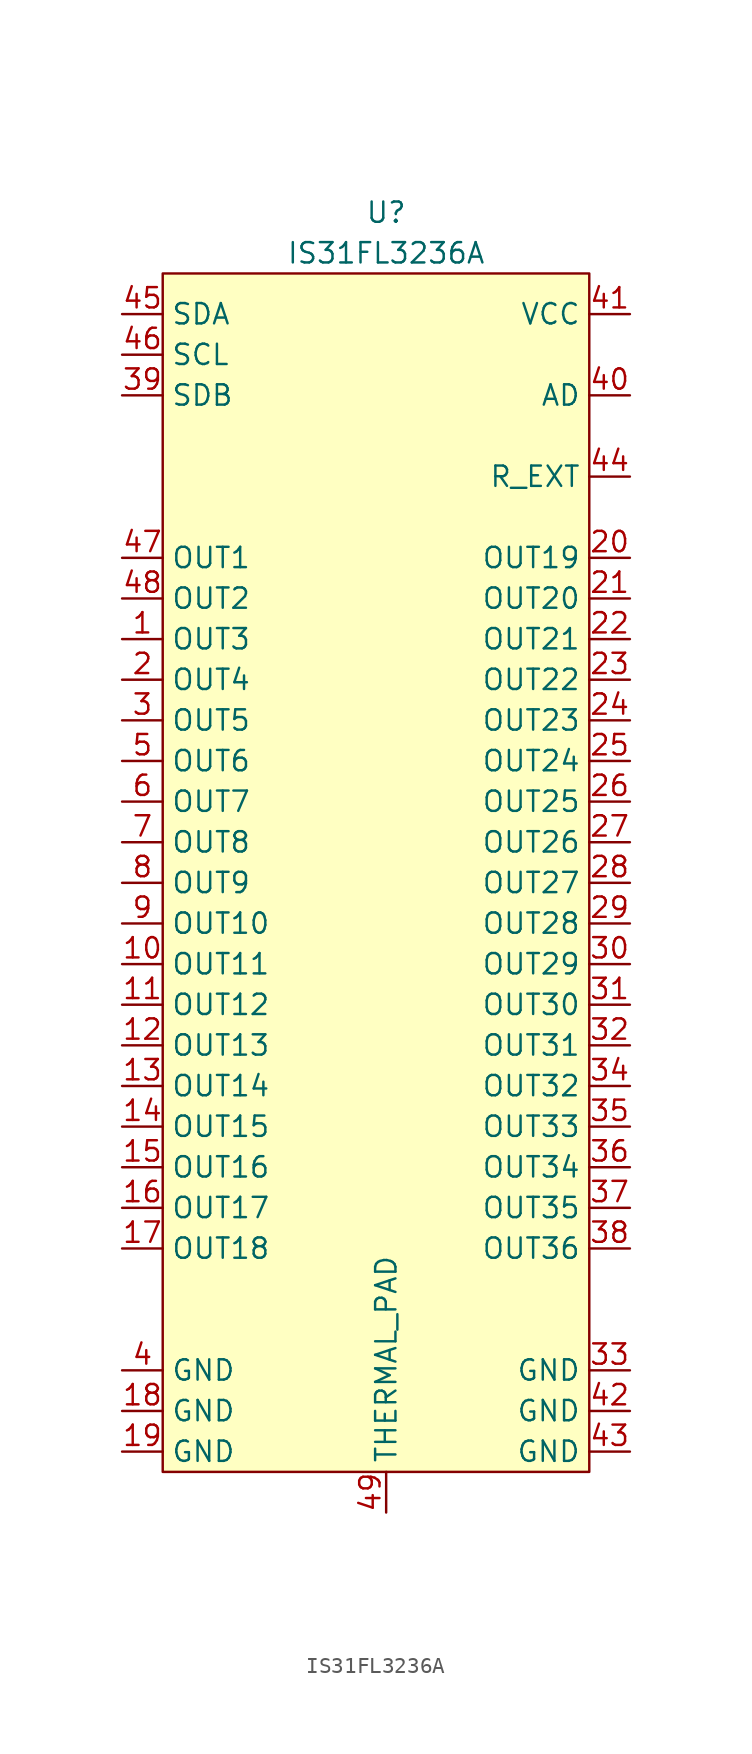
<source format=kicad_sym>
(kicad_symbol_lib
  (version 20211014)
  (generator kicad_symbol_editor)
  (symbol "IS31FL3236A"
    (property "Reference" "U"
      (at 13.97 3.81 0)
      (effects (font (size 1.27 1.27))))
    (property "Value" "IS31FL3236A"
      (at 13.97 1.27 0)
      (effects (font (size 1.27 1.27))))
    (symbol "IS31FL3236A_0_0"
      (pin output line (at -2.54 -43.18 0) (length 2.54) (name "OUT11" (effects (font (size 1.27 1.27)))) (number "10" (effects (font (size 1.27 1.27)))))
      (pin output line (at -2.54 -45.72 0) (length 2.54) (name "OUT12" (effects (font (size 1.27 1.27)))) (number "11" (effects (font (size 1.27 1.27)))))
      (pin output line (at -2.54 -48.26 0) (length 2.54) (name "OUT13" (effects (font (size 1.27 1.27)))) (number "12" (effects (font (size 1.27 1.27)))))
      (pin output line (at -2.54 -50.8 0) (length 2.54) (name "OUT14" (effects (font (size 1.27 1.27)))) (number "13" (effects (font (size 1.27 1.27)))))
      (pin output line (at -2.54 -53.34 0) (length 2.54) (name "OUT15" (effects (font (size 1.27 1.27)))) (number "14" (effects (font (size 1.27 1.27)))))
      (pin output line (at -2.54 -55.88 0) (length 2.54) (name "OUT16" (effects (font (size 1.27 1.27)))) (number "15" (effects (font (size 1.27 1.27)))))
      (pin output line (at -2.54 -58.42 0) (length 2.54) (name "OUT17" (effects (font (size 1.27 1.27)))) (number "16" (effects (font (size 1.27 1.27)))))
      (pin output line (at -2.54 -60.96 0) (length 2.54) (name "OUT18" (effects (font (size 1.27 1.27)))) (number "17" (effects (font (size 1.27 1.27)))))
      (pin passive line (at -2.54 -71.12 0) (length 2.54) (name "GND" (effects (font (size 1.27 1.27)))) (number "18" (effects (font (size 1.27 1.27)))))
      (pin passive line (at -2.54 -73.66 0) (length 2.54) (name "GND" (effects (font (size 1.27 1.27)))) (number "19" (effects (font (size 1.27 1.27)))))
      (pin output line (at 29.21 -17.78 180) (length 2.54) (name "OUT19" (effects (font (size 1.27 1.27)))) (number "20" (effects (font (size 1.27 1.27)))))
      (pin output line (at 29.21 -20.32 180) (length 2.54) (name "OUT20" (effects (font (size 1.27 1.27)))) (number "21" (effects (font (size 1.27 1.27)))))
      (pin output line (at 29.21 -22.86 180) (length 2.54) (name "OUT21" (effects (font (size 1.27 1.27)))) (number "22" (effects (font (size 1.27 1.27)))))
      (pin output line (at 29.21 -25.4 180) (length 2.54) (name "OUT22" (effects (font (size 1.27 1.27)))) (number "23" (effects (font (size 1.27 1.27)))))
      (pin output line (at 29.21 -27.94 180) (length 2.54) (name "OUT23" (effects (font (size 1.27 1.27)))) (number "24" (effects (font (size 1.27 1.27)))))
      (pin output line (at 29.21 -30.48 180) (length 2.54) (name "OUT24" (effects (font (size 1.27 1.27)))) (number "25" (effects (font (size 1.27 1.27)))))
      (pin output line (at 29.21 -33.02 180) (length 2.54) (name "OUT25" (effects (font (size 1.27 1.27)))) (number "26" (effects (font (size 1.27 1.27)))))
      (pin output line (at 29.21 -35.56 180) (length 2.54) (name "OUT26" (effects (font (size 1.27 1.27)))) (number "27" (effects (font (size 1.27 1.27)))))
      (pin output line (at 29.21 -38.1 180) (length 2.54) (name "OUT27" (effects (font (size 1.27 1.27)))) (number "28" (effects (font (size 1.27 1.27)))))
      (pin output line (at 29.21 -40.64 180) (length 2.54) (name "OUT28" (effects (font (size 1.27 1.27)))) (number "29" (effects (font (size 1.27 1.27)))))
      (pin output line (at 29.21 -43.18 180) (length 2.54) (name "OUT29" (effects (font (size 1.27 1.27)))) (number "30" (effects (font (size 1.27 1.27)))))
      (pin output line (at 29.21 -45.72 180) (length 2.54) (name "OUT30" (effects (font (size 1.27 1.27)))) (number "31" (effects (font (size 1.27 1.27)))))
      (pin output line (at 29.21 -48.26 180) (length 2.54) (name "OUT31" (effects (font (size 1.27 1.27)))) (number "32" (effects (font (size 1.27 1.27)))))
      (pin passive line (at 29.21 -68.58 180) (length 2.54) (name "GND" (effects (font (size 1.27 1.27)))) (number "33" (effects (font (size 1.27 1.27)))))
      (pin output line (at 29.21 -50.8 180) (length 2.54) (name "OUT32" (effects (font (size 1.27 1.27)))) (number "34" (effects (font (size 1.27 1.27)))))
      (pin output line (at 29.21 -53.34 180) (length 2.54) (name "OUT33" (effects (font (size 1.27 1.27)))) (number "35" (effects (font (size 1.27 1.27)))))
      (pin output line (at 29.21 -55.88 180) (length 2.54) (name "OUT34" (effects (font (size 1.27 1.27)))) (number "36" (effects (font (size 1.27 1.27)))))
      (pin output line (at 29.21 -58.42 180) (length 2.54) (name "OUT35" (effects (font (size 1.27 1.27)))) (number "37" (effects (font (size 1.27 1.27)))))
      (pin output line (at 29.21 -60.96 180) (length 2.54) (name "OUT36" (effects (font (size 1.27 1.27)))) (number "38" (effects (font (size 1.27 1.27)))))
      (pin input line (at -2.54 -7.62 0) (length 2.54) (name "SDB" (effects (font (size 1.27 1.27)))) (number "39" (effects (font (size 1.27 1.27)))))
      (pin passive line (at -2.54 -68.58 0) (length 2.54) (name "GND" (effects (font (size 1.27 1.27)))) (number "4" (effects (font (size 1.27 1.27)))))
      (pin input line (at 29.21 -7.62 180) (length 2.54) (name "AD" (effects (font (size 1.27 1.27)))) (number "40" (effects (font (size 1.27 1.27)))))
      (pin power_in line (at 29.21 -2.54 180) (length 2.54) (name "VCC" (effects (font (size 1.27 1.27)))) (number "41" (effects (font (size 1.27 1.27)))))
      (pin passive line (at 29.21 -71.12 180) (length 2.54) (name "GND" (effects (font (size 1.27 1.27)))) (number "42" (effects (font (size 1.27 1.27)))))
      (pin passive line (at 29.21 -73.66 180) (length 2.54) (name "GND" (effects (font (size 1.27 1.27)))) (number "43" (effects (font (size 1.27 1.27)))))
      (pin passive line (at 29.21 -12.7 180) (length 2.54) (name "R_EXT" (effects (font (size 1.27 1.27)))) (number "44" (effects (font (size 1.27 1.27)))))
      (pin bidirectional line (at -2.54 -2.54 0) (length 2.54) (name "SDA" (effects (font (size 1.27 1.27)))) (number "45" (effects (font (size 1.27 1.27)))))
      (pin input line (at -2.54 -5.08 0) (length 2.54) (name "SCL" (effects (font (size 1.27 1.27)))) (number "46" (effects (font (size 1.27 1.27)))))
      (pin output line (at -2.54 -17.78 0) (length 2.54) (name "OUT1" (effects (font (size 1.27 1.27)))) (number "47" (effects (font (size 1.27 1.27)))))
      (pin output line (at -2.54 -20.32 0) (length 2.54) (name "OUT2" (effects (font (size 1.27 1.27)))) (number "48" (effects (font (size 1.27 1.27)))))
      (pin output line (at -2.54 -30.48 0) (length 2.54) (name "OUT6" (effects (font (size 1.27 1.27)))) (number "5" (effects (font (size 1.27 1.27)))))
      (pin output line (at -2.54 -33.02 0) (length 2.54) (name "OUT7" (effects (font (size 1.27 1.27)))) (number "6" (effects (font (size 1.27 1.27)))))
      (pin output line (at -2.54 -35.56 0) (length 2.54) (name "OUT8" (effects (font (size 1.27 1.27)))) (number "7" (effects (font (size 1.27 1.27)))))
      (pin output line (at -2.54 -38.1 0) (length 2.54) (name "OUT9" (effects (font (size 1.27 1.27)))) (number "8" (effects (font (size 1.27 1.27)))))
      (pin output line (at -2.54 -40.64 0) (length 2.54) (name "OUT10" (effects (font (size 1.27 1.27)))) (number "9" (effects (font (size 1.27 1.27))))))
    (symbol "IS31FL3236A_0_1"
      (rectangle (start 0 0) (end 26.67 -74.93) (stroke (width 0) (type default) (color 0 0 0 0)) (fill (type background))))
    (symbol "IS31FL3236A_1_1"
      (pin output line (at -2.54 -22.86 0) (length 2.54) (name "OUT3" (effects (font (size 1.27 1.27)))) (number "1" (effects (font (size 1.27 1.27)))))
      (pin output line (at -2.54 -25.4 0) (length 2.54) (name "OUT4" (effects (font (size 1.27 1.27)))) (number "2" (effects (font (size 1.27 1.27)))))
      (pin output line (at -2.54 -27.94 0) (length 2.54) (name "OUT5" (effects (font (size 1.27 1.27)))) (number "3" (effects (font (size 1.27 1.27)))))
      (pin passive line (at 13.97 -77.47 90) (length 2.54) (name "THERMAL_PAD" (effects (font (size 1.27 1.27)))) (number "49" (effects (font (size 1.27 1.27))))))))
</source>
